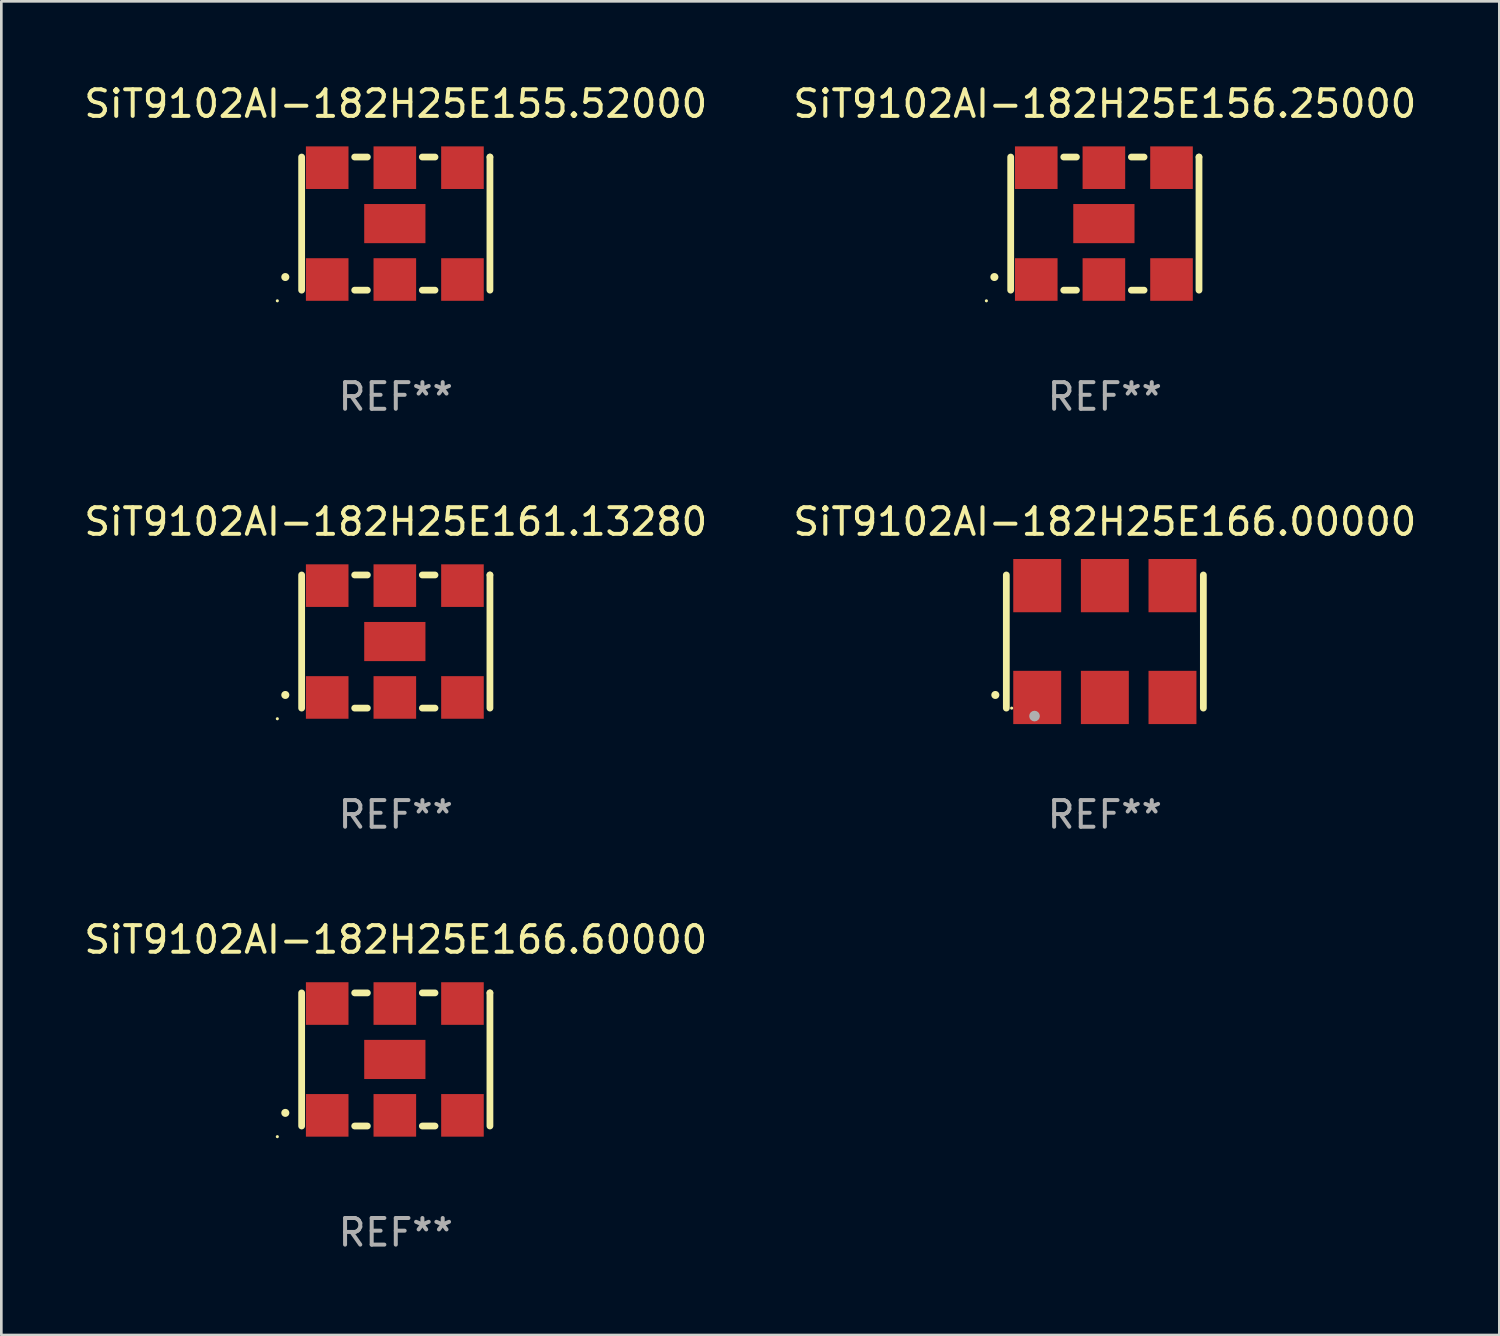
<source format=kicad_pcb>
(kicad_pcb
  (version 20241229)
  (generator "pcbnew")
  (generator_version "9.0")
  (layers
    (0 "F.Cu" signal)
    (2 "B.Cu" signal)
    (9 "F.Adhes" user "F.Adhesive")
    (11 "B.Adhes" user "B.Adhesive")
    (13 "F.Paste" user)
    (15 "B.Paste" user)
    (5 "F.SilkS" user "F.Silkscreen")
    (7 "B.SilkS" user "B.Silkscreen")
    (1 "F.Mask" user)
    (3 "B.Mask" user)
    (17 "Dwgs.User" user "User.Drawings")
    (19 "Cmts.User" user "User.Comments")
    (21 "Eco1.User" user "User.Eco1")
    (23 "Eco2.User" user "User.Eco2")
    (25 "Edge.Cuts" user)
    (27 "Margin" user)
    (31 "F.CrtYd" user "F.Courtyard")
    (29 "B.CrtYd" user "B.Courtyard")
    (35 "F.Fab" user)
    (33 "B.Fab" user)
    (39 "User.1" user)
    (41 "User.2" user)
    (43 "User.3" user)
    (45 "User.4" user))
  (footprint "SiT9102AI-182H25E155.52000"
    (layer "F.Cu")
    (at 11.815 5.348)
    (property "Reference" "SiT9102AI-182H25E155.52000" (at 0 -4.5 0) (layer "F.SilkS") (effects (font (size 1 1) (thickness 0.15))))
    (attr through_hole)
    (fp_line (start -3.536 -2.5) (end -3.536 2.5) (stroke (width 0.254) (type solid)) (layer "F.SilkS"))
    (fp_line (start -1.544 2.5) (end -1.067 2.5) (stroke (width 0.254) (type solid)) (layer "F.SilkS"))
    (fp_line (start -1.067 -2.5) (end -1.544 -2.5) (stroke (width 0.254) (type solid)) (layer "F.SilkS"))
    (fp_line (start 0.996 2.5) (end 1.473 2.5) (stroke (width 0.254) (type solid)) (layer "F.SilkS"))
    (fp_line (start 1.473 -2.5) (end 0.996 -2.5) (stroke (width 0.254) (type solid)) (layer "F.SilkS"))
    (fp_line (start 3.536 -2.5) (end 3.536 -2.5) (stroke (width 0.254) (type solid)) (layer "F.SilkS"))
    (fp_line (start 3.536 2.5) (end 3.536 -2.5) (stroke (width 0.254) (type solid)) (layer "F.SilkS"))
    (fp_arc (start -4.150432 2.006604) (mid -4.149162 2.006599) (end -4.147892 2.006604) (stroke (width 0.3) (type solid)) (layer "F.SilkS"))
    (fp_circle (center -4.449 2.9) (end -4.419 2.9) (stroke (width 0.06) (type solid)) (fill no) (layer "F.SilkS"))
    (fp_text user "REF**" (at 0 6.5 0) (layer "F.Fab") (effects (font (size 1 1) (thickness 0.15))))
    (pad "1" smd rect (at -2.576 2.1) (size 1.6 1.6) (layers "F.Cu" "F.Mask" "F.Paste"))
    (pad "2" smd rect (at -0.036 2.1) (size 1.6 1.6) (layers "F.Cu" "F.Mask" "F.Paste"))
    (pad "3" smd rect (at 2.504 2.1) (size 1.6 1.6) (layers "F.Cu" "F.Mask" "F.Paste"))
    (pad "4" smd rect (at 2.504 -2.1) (size 1.6 1.6) (layers "F.Cu" "F.Mask" "F.Paste"))
    (pad "5" smd rect (at -0.036 -2.1) (size 1.6 1.6) (layers "F.Cu" "F.Mask" "F.Paste"))
    (pad "6" smd rect (at -2.576 -2.1) (size 1.6 1.6) (layers "F.Cu" "F.Mask" "F.Paste"))
    (pad "7" smd rect (at -0.036 0) (size 2.3 1.47) (layers "F.Cu" "F.Mask" "F.Paste")))
  (footprint "SiT9102AI-182H25E156.25000"
    (layer "F.Cu")
    (at 38.446 5.348)
    (property "Reference" "SiT9102AI-182H25E156.25000" (at 0 -4.5 0) (layer "F.SilkS") (effects (font (size 1 1) (thickness 0.15))))
    (attr through_hole)
    (fp_line (start -3.536 -2.5) (end -3.536 2.5) (stroke (width 0.254) (type solid)) (layer "F.SilkS"))
    (fp_line (start -1.544 2.5) (end -1.067 2.5) (stroke (width 0.254) (type solid)) (layer "F.SilkS"))
    (fp_line (start -1.067 -2.5) (end -1.544 -2.5) (stroke (width 0.254) (type solid)) (layer "F.SilkS"))
    (fp_line (start 0.996 2.5) (end 1.473 2.5) (stroke (width 0.254) (type solid)) (layer "F.SilkS"))
    (fp_line (start 1.473 -2.5) (end 0.996 -2.5) (stroke (width 0.254) (type solid)) (layer "F.SilkS"))
    (fp_line (start 3.536 -2.5) (end 3.536 -2.5) (stroke (width 0.254) (type solid)) (layer "F.SilkS"))
    (fp_line (start 3.536 2.5) (end 3.536 -2.5) (stroke (width 0.254) (type solid)) (layer "F.SilkS"))
    (fp_arc (start -4.150432 2.006604) (mid -4.149162 2.006599) (end -4.147892 2.006604) (stroke (width 0.3) (type solid)) (layer "F.SilkS"))
    (fp_circle (center -4.449 2.9) (end -4.419 2.9) (stroke (width 0.06) (type solid)) (fill no) (layer "F.SilkS"))
    (fp_text user "REF**" (at 0 6.5 0) (layer "F.Fab") (effects (font (size 1 1) (thickness 0.15))))
    (pad "1" smd rect (at -2.576 2.1) (size 1.6 1.6) (layers "F.Cu" "F.Mask" "F.Paste"))
    (pad "2" smd rect (at -0.036 2.1) (size 1.6 1.6) (layers "F.Cu" "F.Mask" "F.Paste"))
    (pad "3" smd rect (at 2.504 2.1) (size 1.6 1.6) (layers "F.Cu" "F.Mask" "F.Paste"))
    (pad "4" smd rect (at 2.504 -2.1) (size 1.6 1.6) (layers "F.Cu" "F.Mask" "F.Paste"))
    (pad "5" smd rect (at -0.036 -2.1) (size 1.6 1.6) (layers "F.Cu" "F.Mask" "F.Paste"))
    (pad "6" smd rect (at -2.576 -2.1) (size 1.6 1.6) (layers "F.Cu" "F.Mask" "F.Paste"))
    (pad "7" smd rect (at -0.036 0) (size 2.3 1.47) (layers "F.Cu" "F.Mask" "F.Paste")))
  (footprint "SiT9102AI-182H25E161.13280"
    (layer "F.Cu")
    (at 11.815 21.045)
    (property "Reference" "SiT9102AI-182H25E161.13280" (at 0 -4.5 0) (layer "F.SilkS") (effects (font (size 1 1) (thickness 0.15))))
    (attr through_hole)
    (fp_line (start -3.536 -2.5) (end -3.536 2.5) (stroke (width 0.254) (type solid)) (layer "F.SilkS"))
    (fp_line (start -1.544 2.5) (end -1.067 2.5) (stroke (width 0.254) (type solid)) (layer "F.SilkS"))
    (fp_line (start -1.067 -2.5) (end -1.544 -2.5) (stroke (width 0.254) (type solid)) (layer "F.SilkS"))
    (fp_line (start 0.996 2.5) (end 1.473 2.5) (stroke (width 0.254) (type solid)) (layer "F.SilkS"))
    (fp_line (start 1.473 -2.5) (end 0.996 -2.5) (stroke (width 0.254) (type solid)) (layer "F.SilkS"))
    (fp_line (start 3.536 -2.5) (end 3.536 -2.5) (stroke (width 0.254) (type solid)) (layer "F.SilkS"))
    (fp_line (start 3.536 2.5) (end 3.536 -2.5) (stroke (width 0.254) (type solid)) (layer "F.SilkS"))
    (fp_arc (start -4.150432 2.006604) (mid -4.149162 2.006599) (end -4.147892 2.006604) (stroke (width 0.3) (type solid)) (layer "F.SilkS"))
    (fp_circle (center -4.449 2.9) (end -4.419 2.9) (stroke (width 0.06) (type solid)) (fill no) (layer "F.SilkS"))
    (fp_text user "REF**" (at 0 6.5 0) (layer "F.Fab") (effects (font (size 1 1) (thickness 0.15))))
    (pad "1" smd rect (at -2.576 2.1) (size 1.6 1.6) (layers "F.Cu" "F.Mask" "F.Paste"))
    (pad "2" smd rect (at -0.036 2.1) (size 1.6 1.6) (layers "F.Cu" "F.Mask" "F.Paste"))
    (pad "3" smd rect (at 2.504 2.1) (size 1.6 1.6) (layers "F.Cu" "F.Mask" "F.Paste"))
    (pad "4" smd rect (at 2.504 -2.1) (size 1.6 1.6) (layers "F.Cu" "F.Mask" "F.Paste"))
    (pad "5" smd rect (at -0.036 -2.1) (size 1.6 1.6) (layers "F.Cu" "F.Mask" "F.Paste"))
    (pad "6" smd rect (at -2.576 -2.1) (size 1.6 1.6) (layers "F.Cu" "F.Mask" "F.Paste"))
    (pad "7" smd rect (at -0.036 0) (size 2.3 1.47) (layers "F.Cu" "F.Mask" "F.Paste")))
  (footprint "SiT9102AI-182H25E166.00000"
    (layer "F.Cu")
    (at 38.446 21.045)
    (property "Reference" "SiT9102AI-182H25E166.00000" (at 0 -4.5 0) (layer "F.SilkS") (effects (font (size 1 1) (thickness 0.15))))
    (attr through_hole)
    (fp_line (start -3.7 -2.5) (end -3.7 2.5) (stroke (width 0.254) (type solid)) (layer "F.SilkS"))
    (fp_line (start 3.7 -2.5) (end 3.7 2.5) (stroke (width 0.254) (type solid)) (layer "F.SilkS"))
    (fp_arc (start -4.114415 2.006604) (mid -4.113145 2.006599) (end -4.111875 2.006604) (stroke (width 0.3) (type solid)) (layer "F.SilkS"))
    (fp_circle (center -3.5 2.501) (end -3.47 2.501) (stroke (width 0.06) (type solid)) (fill no) (layer "F.SilkS"))
    (fp_circle (center -2.641 2.799) (end -2.541 2.799) (stroke (width 0.2) (type solid)) (fill no) (layer "F.Fab"))
    (fp_text user "REF**" (at 0 6.5 0) (layer "F.Fab") (effects (font (size 1 1) (thickness 0.15))))
    (pad "1" smd rect (at -2.54 2.1) (size 1.8 2) (layers "F.Cu" "F.Mask" "F.Paste"))
    (pad "2" smd rect (at 0.000394 2.1) (size 1.8 2) (layers "F.Cu" "F.Mask" "F.Paste"))
    (pad "3" smd rect (at 2.54 2.1) (size 1.8 2) (layers "F.Cu" "F.Mask" "F.Paste"))
    (pad "4" smd rect (at 2.54 -2.1) (size 1.8 2) (layers "F.Cu" "F.Mask" "F.Paste"))
    (pad "5" smd rect (at 0.000394 -2.1) (size 1.8 2) (layers "F.Cu" "F.Mask" "F.Paste"))
    (pad "6" smd rect (at -2.54 -2.1) (size 1.8 2) (layers "F.Cu" "F.Mask" "F.Paste")))
  (footprint "SiT9102AI-182H25E166.60000"
    (layer "F.Cu")
    (at 11.815 36.741)
    (property "Reference" "SiT9102AI-182H25E166.60000" (at 0 -4.5 0) (layer "F.SilkS") (effects (font (size 1 1) (thickness 0.15))))
    (attr through_hole)
    (fp_line (start -3.536 -2.5) (end -3.536 2.5) (stroke (width 0.254) (type solid)) (layer "F.SilkS"))
    (fp_line (start -1.544 2.5) (end -1.067 2.5) (stroke (width 0.254) (type solid)) (layer "F.SilkS"))
    (fp_line (start -1.067 -2.5) (end -1.544 -2.5) (stroke (width 0.254) (type solid)) (layer "F.SilkS"))
    (fp_line (start 0.996 2.5) (end 1.473 2.5) (stroke (width 0.254) (type solid)) (layer "F.SilkS"))
    (fp_line (start 1.473 -2.5) (end 0.996 -2.5) (stroke (width 0.254) (type solid)) (layer "F.SilkS"))
    (fp_line (start 3.536 -2.5) (end 3.536 -2.5) (stroke (width 0.254) (type solid)) (layer "F.SilkS"))
    (fp_line (start 3.536 2.5) (end 3.536 -2.5) (stroke (width 0.254) (type solid)) (layer "F.SilkS"))
    (fp_arc (start -4.150432 2.006604) (mid -4.149162 2.006599) (end -4.147892 2.006604) (stroke (width 0.3) (type solid)) (layer "F.SilkS"))
    (fp_circle (center -4.449 2.9) (end -4.419 2.9) (stroke (width 0.06) (type solid)) (fill no) (layer "F.SilkS"))
    (fp_text user "REF**" (at 0 6.5 0) (layer "F.Fab") (effects (font (size 1 1) (thickness 0.15))))
    (pad "1" smd rect (at -2.576 2.1) (size 1.6 1.6) (layers "F.Cu" "F.Mask" "F.Paste"))
    (pad "2" smd rect (at -0.036 2.1) (size 1.6 1.6) (layers "F.Cu" "F.Mask" "F.Paste"))
    (pad "3" smd rect (at 2.504 2.1) (size 1.6 1.6) (layers "F.Cu" "F.Mask" "F.Paste"))
    (pad "4" smd rect (at 2.504 -2.1) (size 1.6 1.6) (layers "F.Cu" "F.Mask" "F.Paste"))
    (pad "5" smd rect (at -0.036 -2.1) (size 1.6 1.6) (layers "F.Cu" "F.Mask" "F.Paste"))
    (pad "6" smd rect (at -2.576 -2.1) (size 1.6 1.6) (layers "F.Cu" "F.Mask" "F.Paste"))
    (pad "7" smd rect (at -0.036 0) (size 2.3 1.47) (layers "F.Cu" "F.Mask" "F.Paste")))
  (gr_rect
    (start -3 -3)
    (end 53.262 47.09)
    (stroke (width 0.1) (type default))
    (fill no)
    (layer "Edge.Cuts")))
</source>
